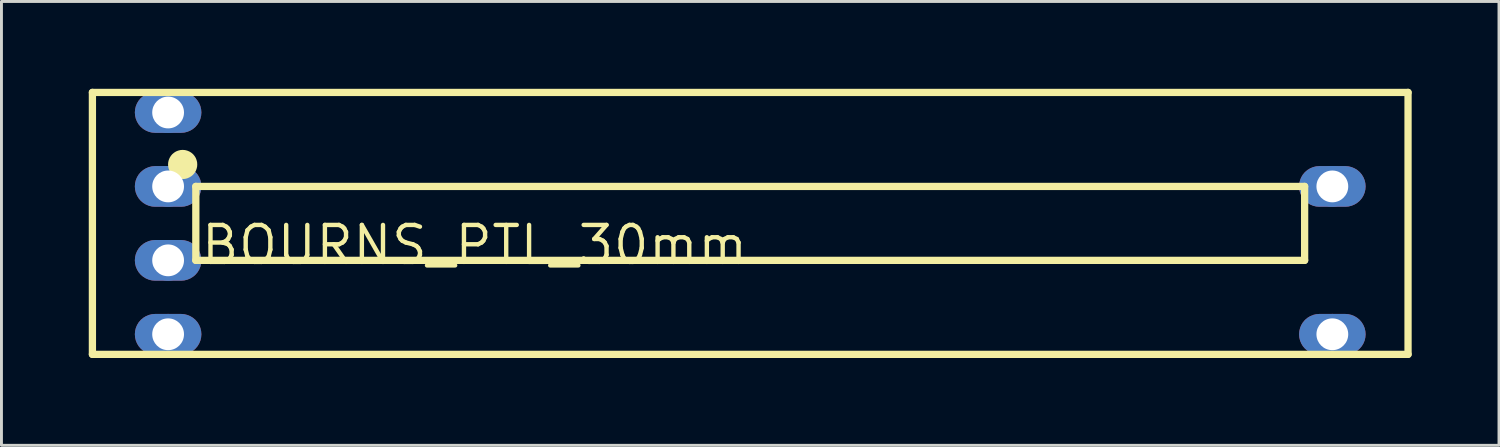
<source format=kicad_pcb>
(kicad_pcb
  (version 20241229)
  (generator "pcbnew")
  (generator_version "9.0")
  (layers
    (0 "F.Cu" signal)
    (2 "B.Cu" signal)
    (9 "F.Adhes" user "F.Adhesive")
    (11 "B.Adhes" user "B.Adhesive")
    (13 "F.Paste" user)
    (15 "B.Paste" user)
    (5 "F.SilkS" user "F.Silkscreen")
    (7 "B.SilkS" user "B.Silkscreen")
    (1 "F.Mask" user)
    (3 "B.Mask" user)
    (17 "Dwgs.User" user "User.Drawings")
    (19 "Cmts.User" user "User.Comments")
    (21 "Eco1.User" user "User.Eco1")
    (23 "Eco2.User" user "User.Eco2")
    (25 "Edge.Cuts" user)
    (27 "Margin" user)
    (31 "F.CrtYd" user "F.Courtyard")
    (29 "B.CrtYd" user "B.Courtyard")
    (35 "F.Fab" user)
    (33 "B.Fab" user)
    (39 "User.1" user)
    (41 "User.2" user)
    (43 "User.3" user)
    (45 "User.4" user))
  (footprint "BOURNS_PTL_30mm"
    (layer "F.Cu")
    (at 22.726 4.625)
    (property "Reference" "BOURNS_PTL_30mm" (at 0 0 0) (layer "F.SilkS") (effects (font (size 1.27 1.27) (thickness 0.15)) (justify right top)))
    (fp_poly (pts (xy -19.446 -4.5) (xy -19.34 -4.474) (xy -19.239 -4.432) (xy -19.145 -4.375) (xy -19.061 -4.304) (xy -18.99 -4.221) (xy -18.933 -4.127) (xy -18.891 -4.026) (xy -18.866 -3.919) (xy -18.857 -3.81) (xy -18.866 -3.701) (xy -18.891 -3.594) (xy -18.933 -3.493) (xy -18.99 -3.399) (xy -19.061 -3.316) (xy -19.145 -3.245) (xy -19.239 -3.188) (xy -19.34 -3.146) (xy -19.446 -3.12) (xy -19.556 -3.111) (xy -20.444 -3.111) (xy -20.554 -3.12) (xy -20.66 -3.146) (xy -20.761 -3.188) (xy -20.855 -3.245) (xy -20.939 -3.316) (xy -21.01 -3.399) (xy -21.067 -3.493) (xy -21.109 -3.594) (xy -21.134 -3.701) (xy -21.143 -3.81) (xy -21.134 -3.919) (xy -21.109 -4.026) (xy -21.067 -4.127) (xy -21.01 -4.221) (xy -20.939 -4.304) (xy -20.855 -4.375) (xy -20.761 -4.432) (xy -20.66 -4.474) (xy -20.554 -4.5) (xy -20.444 -4.508) (xy -19.556 -4.508)) (stroke (width 0) (type default)) (fill yes) (layer "F.Cu"))
    (fp_poly (pts (xy -19.446 -1.96) (xy -19.34 -1.934) (xy -19.239 -1.892) (xy -19.145 -1.835) (xy -19.061 -1.764) (xy -18.99 -1.681) (xy -18.933 -1.587) (xy -18.891 -1.486) (xy -18.866 -1.379) (xy -18.857 -1.27) (xy -18.866 -1.161) (xy -18.891 -1.054) (xy -18.933 -0.953) (xy -18.99 -0.859) (xy -19.061 -0.776) (xy -19.145 -0.705) (xy -19.239 -0.648) (xy -19.34 -0.606) (xy -19.446 -0.58) (xy -19.556 -0.571) (xy -20.444 -0.571) (xy -20.554 -0.58) (xy -20.66 -0.606) (xy -20.761 -0.648) (xy -20.855 -0.705) (xy -20.939 -0.776) (xy -21.01 -0.859) (xy -21.067 -0.953) (xy -21.109 -1.054) (xy -21.134 -1.161) (xy -21.143 -1.27) (xy -21.134 -1.379) (xy -21.109 -1.486) (xy -21.067 -1.587) (xy -21.01 -1.681) (xy -20.939 -1.764) (xy -20.855 -1.835) (xy -20.761 -1.892) (xy -20.66 -1.934) (xy -20.554 -1.96) (xy -20.444 -1.969) (xy -19.556 -1.969)) (stroke (width 0) (type default)) (fill yes) (layer "F.Cu"))
    (fp_poly (pts (xy -19.446 0.58) (xy -19.34 0.606) (xy -19.239 0.648) (xy -19.145 0.705) (xy -19.061 0.776) (xy -18.99 0.859) (xy -18.933 0.953) (xy -18.891 1.054) (xy -18.866 1.161) (xy -18.857 1.27) (xy -18.866 1.379) (xy -18.891 1.486) (xy -18.933 1.587) (xy -18.99 1.681) (xy -19.061 1.764) (xy -19.145 1.835) (xy -19.239 1.892) (xy -19.34 1.934) (xy -19.446 1.96) (xy -19.556 1.969) (xy -20.444 1.969) (xy -20.554 1.96) (xy -20.66 1.934) (xy -20.761 1.892) (xy -20.855 1.835) (xy -20.939 1.764) (xy -21.01 1.681) (xy -21.067 1.587) (xy -21.109 1.486) (xy -21.134 1.379) (xy -21.143 1.27) (xy -21.134 1.161) (xy -21.109 1.054) (xy -21.067 0.953) (xy -21.01 0.859) (xy -20.939 0.776) (xy -20.855 0.705) (xy -20.761 0.648) (xy -20.66 0.606) (xy -20.554 0.58) (xy -20.444 0.571) (xy -19.556 0.571)) (stroke (width 0) (type default)) (fill yes) (layer "F.Cu"))
    (fp_poly (pts (xy -19.446 3.12) (xy -19.34 3.146) (xy -19.239 3.188) (xy -19.145 3.245) (xy -19.061 3.316) (xy -18.99 3.399) (xy -18.933 3.493) (xy -18.891 3.594) (xy -18.866 3.701) (xy -18.857 3.81) (xy -18.866 3.919) (xy -18.891 4.026) (xy -18.933 4.127) (xy -18.99 4.221) (xy -19.061 4.304) (xy -19.145 4.375) (xy -19.239 4.432) (xy -19.34 4.474) (xy -19.446 4.5) (xy -19.556 4.508) (xy -20.444 4.508) (xy -20.554 4.5) (xy -20.66 4.474) (xy -20.761 4.432) (xy -20.855 4.375) (xy -20.939 4.304) (xy -21.01 4.221) (xy -21.067 4.127) (xy -21.109 4.026) (xy -21.134 3.919) (xy -21.143 3.81) (xy -21.134 3.701) (xy -21.109 3.594) (xy -21.067 3.493) (xy -21.01 3.399) (xy -20.939 3.316) (xy -20.855 3.245) (xy -20.761 3.188) (xy -20.66 3.146) (xy -20.554 3.12) (xy -20.444 3.111) (xy -19.556 3.111)) (stroke (width 0) (type default)) (fill yes) (layer "F.Cu"))
    (fp_poly (pts (xy 20.554 -1.96) (xy 20.66 -1.934) (xy 20.761 -1.892) (xy 20.855 -1.835) (xy 20.939 -1.764) (xy 21.01 -1.681) (xy 21.067 -1.587) (xy 21.109 -1.486) (xy 21.134 -1.379) (xy 21.143 -1.27) (xy 21.134 -1.161) (xy 21.109 -1.054) (xy 21.067 -0.953) (xy 21.01 -0.859) (xy 20.939 -0.776) (xy 20.855 -0.705) (xy 20.761 -0.648) (xy 20.66 -0.606) (xy 20.554 -0.58) (xy 20.444 -0.571) (xy 19.556 -0.571) (xy 19.446 -0.58) (xy 19.34 -0.606) (xy 19.239 -0.648) (xy 19.145 -0.705) (xy 19.061 -0.776) (xy 18.99 -0.859) (xy 18.933 -0.953) (xy 18.891 -1.054) (xy 18.866 -1.161) (xy 18.857 -1.27) (xy 18.866 -1.379) (xy 18.891 -1.486) (xy 18.933 -1.587) (xy 18.99 -1.681) (xy 19.061 -1.764) (xy 19.145 -1.835) (xy 19.239 -1.892) (xy 19.34 -1.934) (xy 19.446 -1.96) (xy 19.556 -1.969) (xy 20.444 -1.969)) (stroke (width 0) (type default)) (fill yes) (layer "F.Cu"))
    (fp_poly (pts (xy 20.554 3.12) (xy 20.66 3.146) (xy 20.761 3.188) (xy 20.855 3.245) (xy 20.939 3.316) (xy 21.01 3.399) (xy 21.067 3.493) (xy 21.109 3.594) (xy 21.134 3.701) (xy 21.143 3.81) (xy 21.134 3.919) (xy 21.109 4.026) (xy 21.067 4.127) (xy 21.01 4.221) (xy 20.939 4.304) (xy 20.855 4.375) (xy 20.761 4.432) (xy 20.66 4.474) (xy 20.554 4.5) (xy 20.444 4.508) (xy 19.556 4.508) (xy 19.446 4.5) (xy 19.34 4.474) (xy 19.239 4.432) (xy 19.145 4.375) (xy 19.061 4.304) (xy 18.99 4.221) (xy 18.933 4.127) (xy 18.891 4.026) (xy 18.866 3.919) (xy 18.857 3.81) (xy 18.866 3.701) (xy 18.891 3.594) (xy 18.933 3.493) (xy 18.99 3.399) (xy 19.061 3.316) (xy 19.145 3.245) (xy 19.239 3.188) (xy 19.34 3.146) (xy 19.446 3.12) (xy 19.556 3.111) (xy 20.444 3.111)) (stroke (width 0) (type default)) (fill yes) (layer "F.Cu"))
    (fp_poly (pts (xy -19.43 -4.601) (xy -19.308 -4.572) (xy -19.192 -4.524) (xy -19.084 -4.458) (xy -18.989 -4.377) (xy -18.907 -4.281) (xy -18.842 -4.173) (xy -18.794 -4.057) (xy -18.764 -3.935) (xy -18.754 -3.81) (xy -18.764 -3.685) (xy -18.794 -3.563) (xy -18.842 -3.447) (xy -18.907 -3.339) (xy -18.989 -3.243) (xy -19.084 -3.162) (xy -19.192 -3.096) (xy -19.308 -3.048) (xy -19.43 -3.019) (xy -19.556 -3.009) (xy -20.444 -3.009) (xy -20.57 -3.019) (xy -20.692 -3.048) (xy -20.808 -3.096) (xy -20.916 -3.162) (xy -21.011 -3.243) (xy -21.093 -3.339) (xy -21.158 -3.447) (xy -21.206 -3.563) (xy -21.236 -3.685) (xy -21.246 -3.81) (xy -21.236 -3.935) (xy -21.206 -4.057) (xy -21.158 -4.173) (xy -21.093 -4.281) (xy -21.011 -4.377) (xy -20.916 -4.458) (xy -20.808 -4.524) (xy -20.692 -4.572) (xy -20.57 -4.601) (xy -20.444 -4.611) (xy -19.556 -4.611)) (stroke (width 0) (type default)) (fill yes) (layer "F.Mask"))
    (fp_poly (pts (xy -19.43 -2.061) (xy -19.308 -2.032) (xy -19.192 -1.984) (xy -19.084 -1.918) (xy -18.989 -1.837) (xy -18.907 -1.741) (xy -18.842 -1.633) (xy -18.794 -1.517) (xy -18.764 -1.395) (xy -18.754 -1.27) (xy -18.764 -1.145) (xy -18.794 -1.023) (xy -18.842 -0.907) (xy -18.907 -0.799) (xy -18.989 -0.703) (xy -19.084 -0.622) (xy -19.192 -0.556) (xy -19.308 -0.508) (xy -19.43 -0.479) (xy -19.556 -0.469) (xy -20.444 -0.469) (xy -20.57 -0.479) (xy -20.692 -0.508) (xy -20.808 -0.556) (xy -20.916 -0.622) (xy -21.011 -0.703) (xy -21.093 -0.799) (xy -21.158 -0.907) (xy -21.206 -1.023) (xy -21.236 -1.145) (xy -21.246 -1.27) (xy -21.236 -1.395) (xy -21.206 -1.517) (xy -21.158 -1.633) (xy -21.093 -1.741) (xy -21.011 -1.837) (xy -20.916 -1.918) (xy -20.808 -1.984) (xy -20.692 -2.032) (xy -20.57 -2.061) (xy -20.444 -2.071) (xy -19.556 -2.071)) (stroke (width 0) (type default)) (fill yes) (layer "F.Mask"))
    (fp_poly (pts (xy -19.43 0.479) (xy -19.308 0.508) (xy -19.192 0.556) (xy -19.084 0.622) (xy -18.989 0.703) (xy -18.907 0.799) (xy -18.842 0.907) (xy -18.794 1.023) (xy -18.764 1.145) (xy -18.754 1.27) (xy -18.764 1.395) (xy -18.794 1.517) (xy -18.842 1.633) (xy -18.907 1.741) (xy -18.989 1.837) (xy -19.084 1.918) (xy -19.192 1.984) (xy -19.308 2.032) (xy -19.43 2.061) (xy -19.556 2.071) (xy -20.444 2.071) (xy -20.57 2.061) (xy -20.692 2.032) (xy -20.808 1.984) (xy -20.916 1.918) (xy -21.011 1.837) (xy -21.093 1.741) (xy -21.158 1.633) (xy -21.206 1.517) (xy -21.236 1.395) (xy -21.246 1.27) (xy -21.236 1.145) (xy -21.206 1.023) (xy -21.158 0.907) (xy -21.093 0.799) (xy -21.011 0.703) (xy -20.916 0.622) (xy -20.808 0.556) (xy -20.692 0.508) (xy -20.57 0.479) (xy -20.444 0.469) (xy -19.556 0.469)) (stroke (width 0) (type default)) (fill yes) (layer "F.Mask"))
    (fp_poly (pts (xy -19.43 3.019) (xy -19.308 3.048) (xy -19.192 3.096) (xy -19.084 3.162) (xy -18.989 3.243) (xy -18.907 3.339) (xy -18.842 3.447) (xy -18.794 3.563) (xy -18.764 3.685) (xy -18.754 3.81) (xy -18.764 3.935) (xy -18.794 4.057) (xy -18.842 4.173) (xy -18.907 4.281) (xy -18.989 4.377) (xy -19.084 4.458) (xy -19.192 4.524) (xy -19.308 4.572) (xy -19.43 4.601) (xy -19.556 4.611) (xy -20.444 4.611) (xy -20.57 4.601) (xy -20.692 4.572) (xy -20.808 4.524) (xy -20.916 4.458) (xy -21.011 4.377) (xy -21.093 4.281) (xy -21.158 4.173) (xy -21.206 4.057) (xy -21.236 3.935) (xy -21.246 3.81) (xy -21.236 3.685) (xy -21.206 3.563) (xy -21.158 3.447) (xy -21.093 3.339) (xy -21.011 3.243) (xy -20.916 3.162) (xy -20.808 3.096) (xy -20.692 3.048) (xy -20.57 3.019) (xy -20.444 3.009) (xy -19.556 3.009)) (stroke (width 0) (type default)) (fill yes) (layer "F.Mask"))
    (fp_poly (pts (xy 20.57 -2.061) (xy 20.692 -2.032) (xy 20.808 -1.984) (xy 20.916 -1.918) (xy 21.011 -1.837) (xy 21.093 -1.741) (xy 21.158 -1.633) (xy 21.206 -1.517) (xy 21.236 -1.395) (xy 21.246 -1.27) (xy 21.236 -1.145) (xy 21.206 -1.023) (xy 21.158 -0.907) (xy 21.093 -0.799) (xy 21.011 -0.703) (xy 20.916 -0.622) (xy 20.808 -0.556) (xy 20.692 -0.508) (xy 20.57 -0.479) (xy 20.444 -0.469) (xy 19.556 -0.469) (xy 19.43 -0.479) (xy 19.308 -0.508) (xy 19.192 -0.556) (xy 19.084 -0.622) (xy 18.989 -0.703) (xy 18.907 -0.799) (xy 18.842 -0.907) (xy 18.794 -1.023) (xy 18.764 -1.145) (xy 18.754 -1.27) (xy 18.764 -1.395) (xy 18.794 -1.517) (xy 18.842 -1.633) (xy 18.907 -1.741) (xy 18.989 -1.837) (xy 19.084 -1.918) (xy 19.192 -1.984) (xy 19.308 -2.032) (xy 19.43 -2.061) (xy 19.556 -2.071) (xy 20.444 -2.071)) (stroke (width 0) (type default)) (fill yes) (layer "F.Mask"))
    (fp_poly (pts (xy 20.57 3.019) (xy 20.692 3.048) (xy 20.808 3.096) (xy 20.916 3.162) (xy 21.011 3.243) (xy 21.093 3.339) (xy 21.158 3.447) (xy 21.206 3.563) (xy 21.236 3.685) (xy 21.246 3.81) (xy 21.236 3.935) (xy 21.206 4.057) (xy 21.158 4.173) (xy 21.093 4.281) (xy 21.011 4.377) (xy 20.916 4.458) (xy 20.808 4.524) (xy 20.692 4.572) (xy 20.57 4.601) (xy 20.444 4.611) (xy 19.556 4.611) (xy 19.43 4.601) (xy 19.308 4.572) (xy 19.192 4.524) (xy 19.084 4.458) (xy 18.989 4.377) (xy 18.907 4.281) (xy 18.842 4.173) (xy 18.794 4.057) (xy 18.764 3.935) (xy 18.754 3.81) (xy 18.764 3.685) (xy 18.794 3.563) (xy 18.842 3.447) (xy 18.907 3.339) (xy 18.989 3.243) (xy 19.084 3.162) (xy 19.192 3.096) (xy 19.308 3.048) (xy 19.43 3.019) (xy 19.556 3.009) (xy 20.444 3.009)) (stroke (width 0) (type default)) (fill yes) (layer "F.Mask"))
    (fp_poly (pts (xy -19.446 -4.5) (xy -19.34 -4.474) (xy -19.239 -4.432) (xy -19.145 -4.375) (xy -19.061 -4.304) (xy -18.99 -4.221) (xy -18.933 -4.127) (xy -18.891 -4.026) (xy -18.866 -3.919) (xy -18.857 -3.81) (xy -18.866 -3.701) (xy -18.891 -3.594) (xy -18.933 -3.493) (xy -18.99 -3.399) (xy -19.061 -3.316) (xy -19.145 -3.245) (xy -19.239 -3.188) (xy -19.34 -3.146) (xy -19.446 -3.12) (xy -19.556 -3.111) (xy -20.444 -3.111) (xy -20.554 -3.12) (xy -20.66 -3.146) (xy -20.761 -3.188) (xy -20.855 -3.245) (xy -20.939 -3.316) (xy -21.01 -3.399) (xy -21.067 -3.493) (xy -21.109 -3.594) (xy -21.134 -3.701) (xy -21.143 -3.81) (xy -21.134 -3.919) (xy -21.109 -4.026) (xy -21.067 -4.127) (xy -21.01 -4.221) (xy -20.939 -4.304) (xy -20.855 -4.375) (xy -20.761 -4.432) (xy -20.66 -4.474) (xy -20.554 -4.5) (xy -20.444 -4.508) (xy -19.556 -4.508)) (stroke (width 0) (type default)) (fill yes) (layer "B.Cu"))
    (fp_poly (pts (xy -19.446 -1.96) (xy -19.34 -1.934) (xy -19.239 -1.892) (xy -19.145 -1.835) (xy -19.061 -1.764) (xy -18.99 -1.681) (xy -18.933 -1.587) (xy -18.891 -1.486) (xy -18.866 -1.379) (xy -18.857 -1.27) (xy -18.866 -1.161) (xy -18.891 -1.054) (xy -18.933 -0.953) (xy -18.99 -0.859) (xy -19.061 -0.776) (xy -19.145 -0.705) (xy -19.239 -0.648) (xy -19.34 -0.606) (xy -19.446 -0.58) (xy -19.556 -0.571) (xy -20.444 -0.571) (xy -20.554 -0.58) (xy -20.66 -0.606) (xy -20.761 -0.648) (xy -20.855 -0.705) (xy -20.939 -0.776) (xy -21.01 -0.859) (xy -21.067 -0.953) (xy -21.109 -1.054) (xy -21.134 -1.161) (xy -21.143 -1.27) (xy -21.134 -1.379) (xy -21.109 -1.486) (xy -21.067 -1.587) (xy -21.01 -1.681) (xy -20.939 -1.764) (xy -20.855 -1.835) (xy -20.761 -1.892) (xy -20.66 -1.934) (xy -20.554 -1.96) (xy -20.444 -1.969) (xy -19.556 -1.969)) (stroke (width 0) (type default)) (fill yes) (layer "B.Cu"))
    (fp_poly (pts (xy -19.446 0.58) (xy -19.34 0.606) (xy -19.239 0.648) (xy -19.145 0.705) (xy -19.061 0.776) (xy -18.99 0.859) (xy -18.933 0.953) (xy -18.891 1.054) (xy -18.866 1.161) (xy -18.857 1.27) (xy -18.866 1.379) (xy -18.891 1.486) (xy -18.933 1.587) (xy -18.99 1.681) (xy -19.061 1.764) (xy -19.145 1.835) (xy -19.239 1.892) (xy -19.34 1.934) (xy -19.446 1.96) (xy -19.556 1.969) (xy -20.444 1.969) (xy -20.554 1.96) (xy -20.66 1.934) (xy -20.761 1.892) (xy -20.855 1.835) (xy -20.939 1.764) (xy -21.01 1.681) (xy -21.067 1.587) (xy -21.109 1.486) (xy -21.134 1.379) (xy -21.143 1.27) (xy -21.134 1.161) (xy -21.109 1.054) (xy -21.067 0.953) (xy -21.01 0.859) (xy -20.939 0.776) (xy -20.855 0.705) (xy -20.761 0.648) (xy -20.66 0.606) (xy -20.554 0.58) (xy -20.444 0.571) (xy -19.556 0.571)) (stroke (width 0) (type default)) (fill yes) (layer "B.Cu"))
    (fp_poly (pts (xy -19.446 3.12) (xy -19.34 3.146) (xy -19.239 3.188) (xy -19.145 3.245) (xy -19.061 3.316) (xy -18.99 3.399) (xy -18.933 3.493) (xy -18.891 3.594) (xy -18.866 3.701) (xy -18.857 3.81) (xy -18.866 3.919) (xy -18.891 4.026) (xy -18.933 4.127) (xy -18.99 4.221) (xy -19.061 4.304) (xy -19.145 4.375) (xy -19.239 4.432) (xy -19.34 4.474) (xy -19.446 4.5) (xy -19.556 4.508) (xy -20.444 4.508) (xy -20.554 4.5) (xy -20.66 4.474) (xy -20.761 4.432) (xy -20.855 4.375) (xy -20.939 4.304) (xy -21.01 4.221) (xy -21.067 4.127) (xy -21.109 4.026) (xy -21.134 3.919) (xy -21.143 3.81) (xy -21.134 3.701) (xy -21.109 3.594) (xy -21.067 3.493) (xy -21.01 3.399) (xy -20.939 3.316) (xy -20.855 3.245) (xy -20.761 3.188) (xy -20.66 3.146) (xy -20.554 3.12) (xy -20.444 3.111) (xy -19.556 3.111)) (stroke (width 0) (type default)) (fill yes) (layer "B.Cu"))
    (fp_poly (pts (xy 20.554 -1.96) (xy 20.66 -1.934) (xy 20.761 -1.892) (xy 20.855 -1.835) (xy 20.939 -1.764) (xy 21.01 -1.681) (xy 21.067 -1.587) (xy 21.109 -1.486) (xy 21.134 -1.379) (xy 21.143 -1.27) (xy 21.134 -1.161) (xy 21.109 -1.054) (xy 21.067 -0.953) (xy 21.01 -0.859) (xy 20.939 -0.776) (xy 20.855 -0.705) (xy 20.761 -0.648) (xy 20.66 -0.606) (xy 20.554 -0.58) (xy 20.444 -0.571) (xy 19.556 -0.571) (xy 19.446 -0.58) (xy 19.34 -0.606) (xy 19.239 -0.648) (xy 19.145 -0.705) (xy 19.061 -0.776) (xy 18.99 -0.859) (xy 18.933 -0.953) (xy 18.891 -1.054) (xy 18.866 -1.161) (xy 18.857 -1.27) (xy 18.866 -1.379) (xy 18.891 -1.486) (xy 18.933 -1.587) (xy 18.99 -1.681) (xy 19.061 -1.764) (xy 19.145 -1.835) (xy 19.239 -1.892) (xy 19.34 -1.934) (xy 19.446 -1.96) (xy 19.556 -1.969) (xy 20.444 -1.969)) (stroke (width 0) (type default)) (fill yes) (layer "B.Cu"))
    (fp_poly (pts (xy 20.554 3.12) (xy 20.66 3.146) (xy 20.761 3.188) (xy 20.855 3.245) (xy 20.939 3.316) (xy 21.01 3.399) (xy 21.067 3.493) (xy 21.109 3.594) (xy 21.134 3.701) (xy 21.143 3.81) (xy 21.134 3.919) (xy 21.109 4.026) (xy 21.067 4.127) (xy 21.01 4.221) (xy 20.939 4.304) (xy 20.855 4.375) (xy 20.761 4.432) (xy 20.66 4.474) (xy 20.554 4.5) (xy 20.444 4.508) (xy 19.556 4.508) (xy 19.446 4.5) (xy 19.34 4.474) (xy 19.239 4.432) (xy 19.145 4.375) (xy 19.061 4.304) (xy 18.99 4.221) (xy 18.933 4.127) (xy 18.891 4.026) (xy 18.866 3.919) (xy 18.857 3.81) (xy 18.866 3.701) (xy 18.891 3.594) (xy 18.933 3.493) (xy 18.99 3.399) (xy 19.061 3.316) (xy 19.145 3.245) (xy 19.239 3.188) (xy 19.34 3.146) (xy 19.446 3.12) (xy 19.556 3.111) (xy 20.444 3.111)) (stroke (width 0) (type default)) (fill yes) (layer "B.Cu"))
    (fp_poly (pts (xy -19.43 -4.601) (xy -19.308 -4.572) (xy -19.192 -4.524) (xy -19.084 -4.458) (xy -18.989 -4.377) (xy -18.907 -4.281) (xy -18.842 -4.173) (xy -18.794 -4.057) (xy -18.764 -3.935) (xy -18.754 -3.81) (xy -18.764 -3.685) (xy -18.794 -3.563) (xy -18.842 -3.447) (xy -18.907 -3.339) (xy -18.989 -3.243) (xy -19.084 -3.162) (xy -19.192 -3.096) (xy -19.308 -3.048) (xy -19.43 -3.019) (xy -19.556 -3.009) (xy -20.444 -3.009) (xy -20.57 -3.019) (xy -20.692 -3.048) (xy -20.808 -3.096) (xy -20.916 -3.162) (xy -21.011 -3.243) (xy -21.093 -3.339) (xy -21.158 -3.447) (xy -21.206 -3.563) (xy -21.236 -3.685) (xy -21.246 -3.81) (xy -21.236 -3.935) (xy -21.206 -4.057) (xy -21.158 -4.173) (xy -21.093 -4.281) (xy -21.011 -4.377) (xy -20.916 -4.458) (xy -20.808 -4.524) (xy -20.692 -4.572) (xy -20.57 -4.601) (xy -20.444 -4.611) (xy -19.556 -4.611)) (stroke (width 0) (type default)) (fill yes) (layer "B.Mask"))
    (fp_poly (pts (xy -19.43 -2.061) (xy -19.308 -2.032) (xy -19.192 -1.984) (xy -19.084 -1.918) (xy -18.989 -1.837) (xy -18.907 -1.741) (xy -18.842 -1.633) (xy -18.794 -1.517) (xy -18.764 -1.395) (xy -18.754 -1.27) (xy -18.764 -1.145) (xy -18.794 -1.023) (xy -18.842 -0.907) (xy -18.907 -0.799) (xy -18.989 -0.703) (xy -19.084 -0.622) (xy -19.192 -0.556) (xy -19.308 -0.508) (xy -19.43 -0.479) (xy -19.556 -0.469) (xy -20.444 -0.469) (xy -20.57 -0.479) (xy -20.692 -0.508) (xy -20.808 -0.556) (xy -20.916 -0.622) (xy -21.011 -0.703) (xy -21.093 -0.799) (xy -21.158 -0.907) (xy -21.206 -1.023) (xy -21.236 -1.145) (xy -21.246 -1.27) (xy -21.236 -1.395) (xy -21.206 -1.517) (xy -21.158 -1.633) (xy -21.093 -1.741) (xy -21.011 -1.837) (xy -20.916 -1.918) (xy -20.808 -1.984) (xy -20.692 -2.032) (xy -20.57 -2.061) (xy -20.444 -2.071) (xy -19.556 -2.071)) (stroke (width 0) (type default)) (fill yes) (layer "B.Mask"))
    (fp_poly (pts (xy -19.43 0.479) (xy -19.308 0.508) (xy -19.192 0.556) (xy -19.084 0.622) (xy -18.989 0.703) (xy -18.907 0.799) (xy -18.842 0.907) (xy -18.794 1.023) (xy -18.764 1.145) (xy -18.754 1.27) (xy -18.764 1.395) (xy -18.794 1.517) (xy -18.842 1.633) (xy -18.907 1.741) (xy -18.989 1.837) (xy -19.084 1.918) (xy -19.192 1.984) (xy -19.308 2.032) (xy -19.43 2.061) (xy -19.556 2.071) (xy -20.444 2.071) (xy -20.57 2.061) (xy -20.692 2.032) (xy -20.808 1.984) (xy -20.916 1.918) (xy -21.011 1.837) (xy -21.093 1.741) (xy -21.158 1.633) (xy -21.206 1.517) (xy -21.236 1.395) (xy -21.246 1.27) (xy -21.236 1.145) (xy -21.206 1.023) (xy -21.158 0.907) (xy -21.093 0.799) (xy -21.011 0.703) (xy -20.916 0.622) (xy -20.808 0.556) (xy -20.692 0.508) (xy -20.57 0.479) (xy -20.444 0.469) (xy -19.556 0.469)) (stroke (width 0) (type default)) (fill yes) (layer "B.Mask"))
    (fp_poly (pts (xy -19.43 3.019) (xy -19.308 3.048) (xy -19.192 3.096) (xy -19.084 3.162) (xy -18.989 3.243) (xy -18.907 3.339) (xy -18.842 3.447) (xy -18.794 3.563) (xy -18.764 3.685) (xy -18.754 3.81) (xy -18.764 3.935) (xy -18.794 4.057) (xy -18.842 4.173) (xy -18.907 4.281) (xy -18.989 4.377) (xy -19.084 4.458) (xy -19.192 4.524) (xy -19.308 4.572) (xy -19.43 4.601) (xy -19.556 4.611) (xy -20.444 4.611) (xy -20.57 4.601) (xy -20.692 4.572) (xy -20.808 4.524) (xy -20.916 4.458) (xy -21.011 4.377) (xy -21.093 4.281) (xy -21.158 4.173) (xy -21.206 4.057) (xy -21.236 3.935) (xy -21.246 3.81) (xy -21.236 3.685) (xy -21.206 3.563) (xy -21.158 3.447) (xy -21.093 3.339) (xy -21.011 3.243) (xy -20.916 3.162) (xy -20.808 3.096) (xy -20.692 3.048) (xy -20.57 3.019) (xy -20.444 3.009) (xy -19.556 3.009)) (stroke (width 0) (type default)) (fill yes) (layer "B.Mask"))
    (fp_poly (pts (xy 20.57 -2.061) (xy 20.692 -2.032) (xy 20.808 -1.984) (xy 20.916 -1.918) (xy 21.011 -1.837) (xy 21.093 -1.741) (xy 21.158 -1.633) (xy 21.206 -1.517) (xy 21.236 -1.395) (xy 21.246 -1.27) (xy 21.236 -1.145) (xy 21.206 -1.023) (xy 21.158 -0.907) (xy 21.093 -0.799) (xy 21.011 -0.703) (xy 20.916 -0.622) (xy 20.808 -0.556) (xy 20.692 -0.508) (xy 20.57 -0.479) (xy 20.444 -0.469) (xy 19.556 -0.469) (xy 19.43 -0.479) (xy 19.308 -0.508) (xy 19.192 -0.556) (xy 19.084 -0.622) (xy 18.989 -0.703) (xy 18.907 -0.799) (xy 18.842 -0.907) (xy 18.794 -1.023) (xy 18.764 -1.145) (xy 18.754 -1.27) (xy 18.764 -1.395) (xy 18.794 -1.517) (xy 18.842 -1.633) (xy 18.907 -1.741) (xy 18.989 -1.837) (xy 19.084 -1.918) (xy 19.192 -1.984) (xy 19.308 -2.032) (xy 19.43 -2.061) (xy 19.556 -2.071) (xy 20.444 -2.071)) (stroke (width 0) (type default)) (fill yes) (layer "B.Mask"))
    (fp_poly (pts (xy 20.57 3.019) (xy 20.692 3.048) (xy 20.808 3.096) (xy 20.916 3.162) (xy 21.011 3.243) (xy 21.093 3.339) (xy 21.158 3.447) (xy 21.206 3.563) (xy 21.236 3.685) (xy 21.246 3.81) (xy 21.236 3.935) (xy 21.206 4.057) (xy 21.158 4.173) (xy 21.093 4.281) (xy 21.011 4.377) (xy 20.916 4.458) (xy 20.808 4.524) (xy 20.692 4.572) (xy 20.57 4.601) (xy 20.444 4.611) (xy 19.556 4.611) (xy 19.43 4.601) (xy 19.308 4.572) (xy 19.192 4.524) (xy 19.084 4.458) (xy 18.989 4.377) (xy 18.907 4.281) (xy 18.842 4.173) (xy 18.794 4.057) (xy 18.764 3.935) (xy 18.754 3.81) (xy 18.764 3.685) (xy 18.794 3.563) (xy 18.842 3.447) (xy 18.907 3.339) (xy 18.989 3.243) (xy 19.084 3.162) (xy 19.192 3.096) (xy 19.308 3.048) (xy 19.43 3.019) (xy 19.556 3.009) (xy 20.444 3.009)) (stroke (width 0) (type default)) (fill yes) (layer "B.Mask"))
    (fp_line (start -22.601 -4.5) (end -22.601 4.5) (stroke (width 0.25) (type solid)) (layer "F.SilkS"))
    (fp_line (start -22.601 -4.5) (end 22.601 -4.5) (stroke (width 0.25) (type solid)) (layer "F.SilkS"))
    (fp_line (start -22.601 4.5) (end 22.601 4.5) (stroke (width 0.25) (type solid)) (layer "F.SilkS"))
    (fp_line (start -19.048 1.27) (end -19.048 -1.27) (stroke (width 0.25) (type solid)) (layer "F.SilkS"))
    (fp_line (start -19.048 1.27) (end 19.048 1.27) (stroke (width 0.25) (type solid)) (layer "F.SilkS"))
    (fp_line (start 19.048 -1.27) (end -19.048 -1.27) (stroke (width 0.25) (type solid)) (layer "F.SilkS"))
    (fp_line (start 19.048 -1.27) (end 19.048 1.27) (stroke (width 0.25) (type solid)) (layer "F.SilkS"))
    (fp_line (start 22.601 -4.5) (end 22.601 4.5) (stroke (width 0.25) (type solid)) (layer "F.SilkS"))
    (fp_poly (pts (xy -18.998 -1.999) (xy -20.003 -1.999) (xy -20.003 -2.001) (xy -18.998 -2.001)) (stroke (width 0) (type default)) (fill yes) (layer "F.SilkS"))
    (fp_poly (pts (xy -19.42 -2.519) (xy -19.344 -2.5) (xy -19.273 -2.471) (xy -19.205 -2.43) (xy -19.144 -2.379) (xy -19.094 -2.319) (xy -19.052 -2.252) (xy -19.023 -2.178) (xy -19.004 -2.102) (xy -18.999 -2.024) (xy -19.004 -1.947) (xy -19.023 -1.87) (xy -19.052 -1.797) (xy -19.094 -1.73) (xy -19.144 -1.67) (xy -19.205 -1.619) (xy -19.272 -1.579) (xy -19.343 -1.548) (xy -19.421 -1.529) (xy -19.495 -1.524) (xy -19.506 -1.524) (xy -19.579 -1.529) (xy -19.657 -1.548) (xy -19.73 -1.579) (xy -19.796 -1.62) (xy -19.856 -1.67) (xy -19.906 -1.73) (xy -19.947 -1.796) (xy -19.978 -1.87) (xy -19.996 -1.947) (xy -20.002 -2.024) (xy -19.996 -2.102) (xy -19.978 -2.178) (xy -19.947 -2.252) (xy -19.906 -2.319) (xy -19.856 -2.379) (xy -19.796 -2.429) (xy -19.729 -2.471) (xy -19.656 -2.5) (xy -19.58 -2.519) (xy -19.507 -2.525) (xy -19.494 -2.525)) (stroke (width 0) (type default)) (fill yes) (layer "F.SilkS"))
    (pad "1" thru_hole circle (at -20 -1.27 180) (size 1.397 1.397) (drill 1.092) (layers "*.Cu"))
    (pad "2" thru_hole circle (at -20 -3.81 180) (size 1.397 1.397) (drill 1.092) (layers "*.Cu"))
    (pad "3" thru_hole circle (at 20 -1.27 180) (size 1.397 1.397) (drill 1.092) (layers "*.Cu"))
    (pad "4" thru_hole circle (at -20 1.27 180) (size 1.397 1.397) (drill 1.092) (layers "*.Cu"))
    (pad "5" thru_hole circle (at 20 3.81 180) (size 1.397 1.397) (drill 1.092) (layers "*.Cu"))
    (pad "6" thru_hole circle (at -20 3.81 180) (size 1.397 1.397) (drill 1.092) (layers "*.Cu")))
  (gr_rect
    (start -3 -3)
    (end 48.452 12.25)
    (stroke (width 0.1) (type default))
    (fill no)
    (layer "Edge.Cuts")))
</source>
